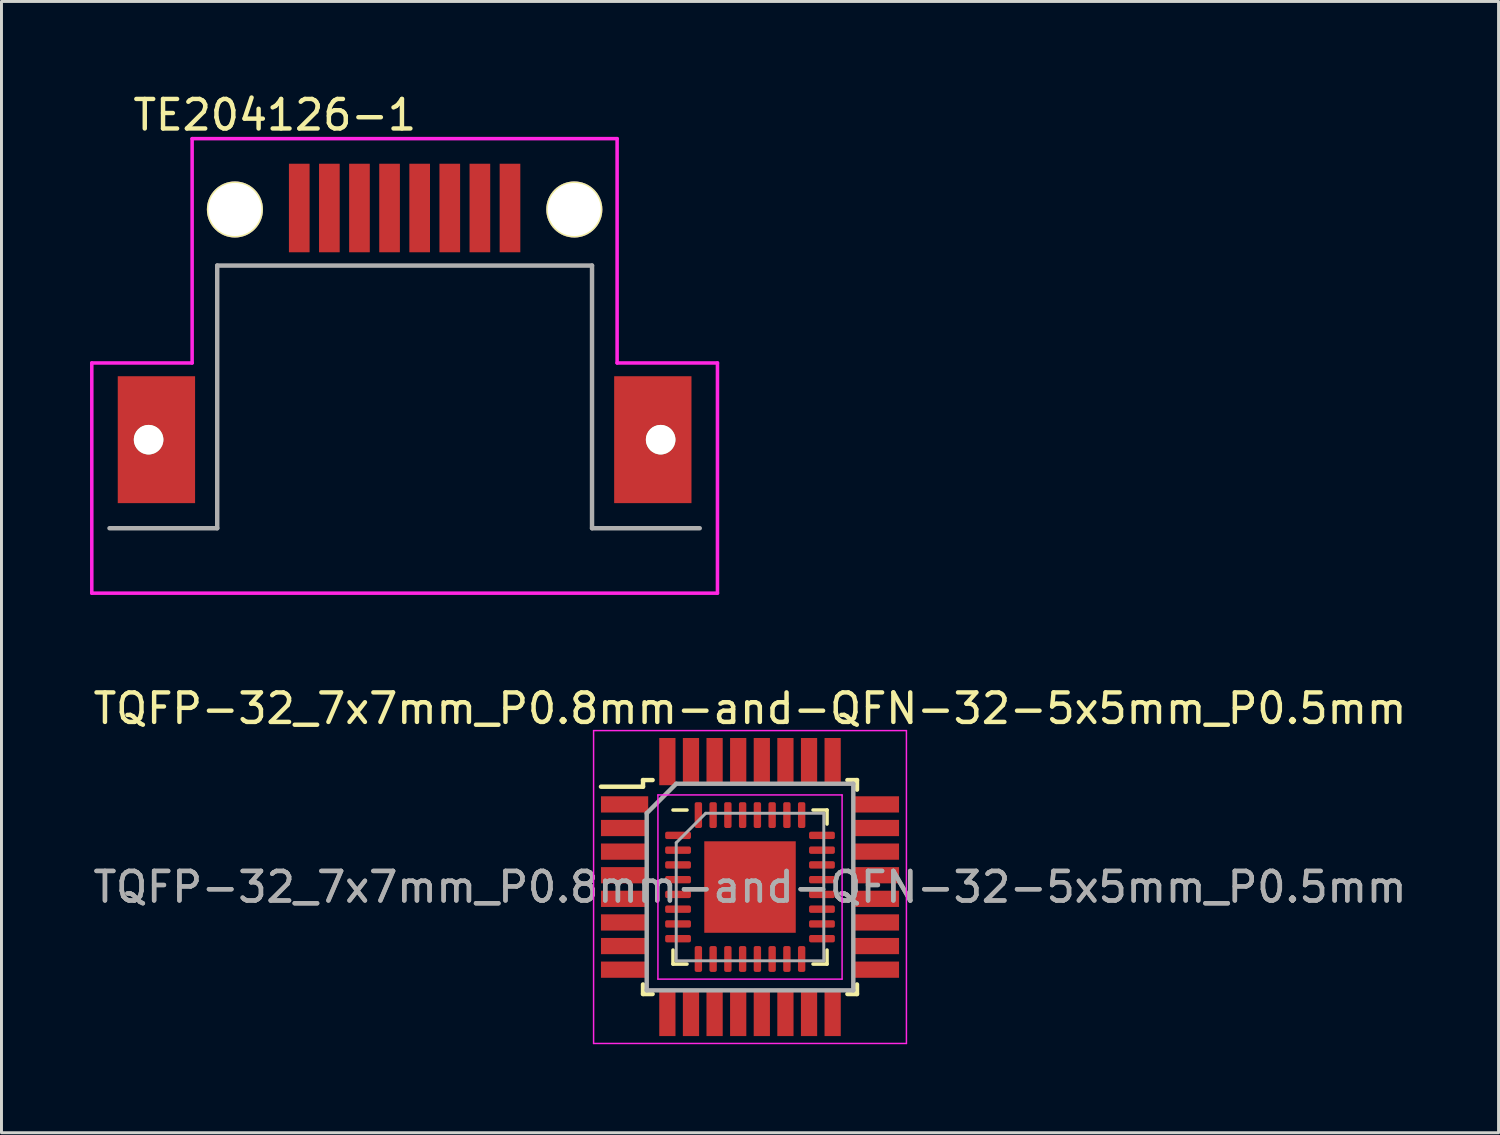
<source format=kicad_pcb>
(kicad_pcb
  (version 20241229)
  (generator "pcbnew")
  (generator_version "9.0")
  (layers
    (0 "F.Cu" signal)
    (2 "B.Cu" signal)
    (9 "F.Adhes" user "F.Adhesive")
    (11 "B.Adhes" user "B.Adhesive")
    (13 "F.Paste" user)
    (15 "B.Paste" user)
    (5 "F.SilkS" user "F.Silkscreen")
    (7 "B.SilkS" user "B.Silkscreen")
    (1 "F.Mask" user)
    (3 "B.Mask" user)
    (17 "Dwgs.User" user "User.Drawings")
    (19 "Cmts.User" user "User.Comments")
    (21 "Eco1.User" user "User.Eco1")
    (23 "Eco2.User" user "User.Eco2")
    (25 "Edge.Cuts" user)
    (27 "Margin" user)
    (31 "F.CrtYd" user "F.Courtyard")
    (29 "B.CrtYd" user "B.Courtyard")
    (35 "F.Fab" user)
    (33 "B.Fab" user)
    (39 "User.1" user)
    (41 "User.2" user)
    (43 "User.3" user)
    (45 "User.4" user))
  (footprint "TQFP-32_7x7mm_P0.8mm-and-QFN-32-5x5mm_P0.5mm"
    (layer "F.Cu")
    (at 22.363 27.006)
    (property "Reference" "TQFP-32_7x7mm_P0.8mm-and-QFN-32-5x5mm_P0.5mm" (at 0 -6.05 0) (layer "F.SilkS") (effects (font (size 1 1) (thickness 0.15))))
    (attr smd)
    (fp_line (start -3.625 -3.625) (end -3.625 -3.4) (stroke (width 0.15) (type solid)) (layer "F.SilkS"))
    (fp_line (start -3.625 -3.625) (end -3.3 -3.625) (stroke (width 0.15) (type solid)) (layer "F.SilkS"))
    (fp_line (start -3.625 -3.4) (end -5.05 -3.4) (stroke (width 0.15) (type solid)) (layer "F.SilkS"))
    (fp_line (start -3.625 3.625) (end -3.625 3.3) (stroke (width 0.15) (type solid)) (layer "F.SilkS"))
    (fp_line (start -3.625 3.625) (end -3.3 3.625) (stroke (width 0.15) (type solid)) (layer "F.SilkS"))
    (fp_line (start -2.61 2.61) (end -2.61 2.135) (stroke (width 0.12) (type solid)) (layer "F.SilkS"))
    (fp_line (start -2.135 -2.61) (end -2.61 -2.61) (stroke (width 0.12) (type solid)) (layer "F.SilkS"))
    (fp_line (start -2.135 2.61) (end -2.61 2.61) (stroke (width 0.12) (type solid)) (layer "F.SilkS"))
    (fp_line (start 2.135 -2.61) (end 2.61 -2.61) (stroke (width 0.12) (type solid)) (layer "F.SilkS"))
    (fp_line (start 2.135 2.61) (end 2.61 2.61) (stroke (width 0.12) (type solid)) (layer "F.SilkS"))
    (fp_line (start 2.61 -2.61) (end 2.61 -2.135) (stroke (width 0.12) (type solid)) (layer "F.SilkS"))
    (fp_line (start 2.61 2.61) (end 2.61 2.135) (stroke (width 0.12) (type solid)) (layer "F.SilkS"))
    (fp_line (start 3.625 -3.625) (end 3.3 -3.625) (stroke (width 0.15) (type solid)) (layer "F.SilkS"))
    (fp_line (start 3.625 -3.625) (end 3.625 -3.3) (stroke (width 0.15) (type solid)) (layer "F.SilkS"))
    (fp_line (start 3.625 3.625) (end 3.3 3.625) (stroke (width 0.15) (type solid)) (layer "F.SilkS"))
    (fp_line (start 3.625 3.625) (end 3.625 3.3) (stroke (width 0.15) (type solid)) (layer "F.SilkS"))
    (fp_line (start -5.3 -5.3) (end -5.3 5.3) (stroke (width 0.05) (type solid)) (layer "F.CrtYd"))
    (fp_line (start -5.3 -5.3) (end 5.3 -5.3) (stroke (width 0.05) (type solid)) (layer "F.CrtYd"))
    (fp_line (start -5.3 5.3) (end 5.3 5.3) (stroke (width 0.05) (type solid)) (layer "F.CrtYd"))
    (fp_line (start -3.12 -3.12) (end -3.12 3.12) (stroke (width 0.05) (type solid)) (layer "F.CrtYd"))
    (fp_line (start -3.12 3.12) (end 3.12 3.12) (stroke (width 0.05) (type solid)) (layer "F.CrtYd"))
    (fp_line (start 3.12 -3.12) (end -3.12 -3.12) (stroke (width 0.05) (type solid)) (layer "F.CrtYd"))
    (fp_line (start 3.12 3.12) (end 3.12 -3.12) (stroke (width 0.05) (type solid)) (layer "F.CrtYd"))
    (fp_line (start 5.3 -5.3) (end 5.3 5.3) (stroke (width 0.05) (type solid)) (layer "F.CrtYd"))
    (fp_line (start -3.5 -2.5) (end -2.5 -3.5) (stroke (width 0.15) (type solid)) (layer "F.Fab"))
    (fp_line (start -3.5 3.5) (end -3.5 -2.5) (stroke (width 0.15) (type solid)) (layer "F.Fab"))
    (fp_line (start -2.5 -3.5) (end 3.5 -3.5) (stroke (width 0.15) (type solid)) (layer "F.Fab"))
    (fp_line (start -2.5 -1.5) (end -1.5 -2.5) (stroke (width 0.1) (type solid)) (layer "F.Fab"))
    (fp_line (start -2.5 2.5) (end -2.5 -1.5) (stroke (width 0.1) (type solid)) (layer "F.Fab"))
    (fp_line (start -1.5 -2.5) (end 2.5 -2.5) (stroke (width 0.1) (type solid)) (layer "F.Fab"))
    (fp_line (start 2.5 -2.5) (end 2.5 2.5) (stroke (width 0.1) (type solid)) (layer "F.Fab"))
    (fp_line (start 2.5 2.5) (end -2.5 2.5) (stroke (width 0.1) (type solid)) (layer "F.Fab"))
    (fp_line (start 3.5 -3.5) (end 3.5 3.5) (stroke (width 0.15) (type solid)) (layer "F.Fab"))
    (fp_line (start 3.5 3.5) (end -3.5 3.5) (stroke (width 0.15) (type solid)) (layer "F.Fab"))
    (fp_text user "${REFERENCE}" (at 0 0 0) (layer "F.Fab") (effects (font (size 1 1) (thickness 0.15))))
    (fp_text user "${REFERENCE}" (at 0 0 0) (layer "F.Fab") (effects (font (size 1 1) (thickness 0.15))))
    (pad "" smd roundrect (at -1.03 -1.03) (size 0.83 0.83) (layers "F.Paste") (roundrect_rratio 0.25))
    (pad "" smd roundrect (at -1.03 0) (size 0.83 0.83) (layers "F.Paste") (roundrect_rratio 0.25))
    (pad "" smd roundrect (at -1.03 1.03) (size 0.83 0.83) (layers "F.Paste") (roundrect_rratio 0.25))
    (pad "" smd roundrect (at 0 -1.03) (size 0.83 0.83) (layers "F.Paste") (roundrect_rratio 0.25))
    (pad "" smd roundrect (at 0 0) (size 0.83 0.83) (layers "F.Paste") (roundrect_rratio 0.25))
    (pad "" smd roundrect (at 0 1.03) (size 0.83 0.83) (layers "F.Paste") (roundrect_rratio 0.25))
    (pad "" smd roundrect (at 1.03 -1.03) (size 0.83 0.83) (layers "F.Paste") (roundrect_rratio 0.25))
    (pad "" smd roundrect (at 1.03 0) (size 0.83 0.83) (layers "F.Paste") (roundrect_rratio 0.25))
    (pad "" smd roundrect (at 1.03 1.03) (size 0.83 0.83) (layers "F.Paste") (roundrect_rratio 0.25))
    (pad "1" smd rect (at -4.25 -2.8) (size 1.6 0.55) (layers "F.Cu" "F.Mask" "F.Paste"))
    (pad "1" smd roundrect (at -2.438 -1.75) (size 0.875 0.25) (layers "F.Cu" "F.Mask" "F.Paste") (roundrect_rratio 0.25))
    (pad "2" smd rect (at -4.25 -2) (size 1.6 0.55) (layers "F.Cu" "F.Mask" "F.Paste"))
    (pad "2" smd roundrect (at -2.438 -1.25) (size 0.875 0.25) (layers "F.Cu" "F.Mask" "F.Paste") (roundrect_rratio 0.25))
    (pad "3" smd rect (at -4.25 -1.2) (size 1.6 0.55) (layers "F.Cu" "F.Mask" "F.Paste"))
    (pad "3" smd roundrect (at -2.438 -0.75) (size 0.875 0.25) (layers "F.Cu" "F.Mask" "F.Paste") (roundrect_rratio 0.25))
    (pad "4" smd rect (at -4.25 -0.4) (size 1.6 0.55) (layers "F.Cu" "F.Mask" "F.Paste"))
    (pad "4" smd roundrect (at -2.438 -0.25) (size 0.875 0.25) (layers "F.Cu" "F.Mask" "F.Paste") (roundrect_rratio 0.25))
    (pad "5" smd rect (at -4.25 0.4) (size 1.6 0.55) (layers "F.Cu" "F.Mask" "F.Paste"))
    (pad "5" smd roundrect (at -2.438 0.25) (size 0.875 0.25) (layers "F.Cu" "F.Mask" "F.Paste") (roundrect_rratio 0.25))
    (pad "6" smd rect (at -4.25 1.2) (size 1.6 0.55) (layers "F.Cu" "F.Mask" "F.Paste"))
    (pad "6" smd roundrect (at -2.438 0.75) (size 0.875 0.25) (layers "F.Cu" "F.Mask" "F.Paste") (roundrect_rratio 0.25))
    (pad "7" smd rect (at -4.25 2) (size 1.6 0.55) (layers "F.Cu" "F.Mask" "F.Paste"))
    (pad "7" smd roundrect (at -2.438 1.25) (size 0.875 0.25) (layers "F.Cu" "F.Mask" "F.Paste") (roundrect_rratio 0.25))
    (pad "8" smd rect (at -4.25 2.8) (size 1.6 0.55) (layers "F.Cu" "F.Mask" "F.Paste"))
    (pad "8" smd roundrect (at -2.438 1.75) (size 0.875 0.25) (layers "F.Cu" "F.Mask" "F.Paste") (roundrect_rratio 0.25))
    (pad "9" smd rect (at -2.8 4.25 90) (size 1.6 0.55) (layers "F.Cu" "F.Mask" "F.Paste"))
    (pad "9" smd roundrect (at -1.75 2.438) (size 0.25 0.875) (layers "F.Cu" "F.Mask" "F.Paste") (roundrect_rratio 0.25))
    (pad "10" smd rect (at -2 4.25 90) (size 1.6 0.55) (layers "F.Cu" "F.Mask" "F.Paste"))
    (pad "10" smd roundrect (at -1.25 2.438) (size 0.25 0.875) (layers "F.Cu" "F.Mask" "F.Paste") (roundrect_rratio 0.25))
    (pad "11" smd rect (at -1.2 4.25 90) (size 1.6 0.55) (layers "F.Cu" "F.Mask" "F.Paste"))
    (pad "11" smd roundrect (at -0.75 2.438) (size 0.25 0.875) (layers "F.Cu" "F.Mask" "F.Paste") (roundrect_rratio 0.25))
    (pad "12" smd rect (at -0.4 4.25 90) (size 1.6 0.55) (layers "F.Cu" "F.Mask" "F.Paste"))
    (pad "12" smd roundrect (at -0.25 2.438) (size 0.25 0.875) (layers "F.Cu" "F.Mask" "F.Paste") (roundrect_rratio 0.25))
    (pad "13" smd roundrect (at 0.25 2.438) (size 0.25 0.875) (layers "F.Cu" "F.Mask" "F.Paste") (roundrect_rratio 0.25))
    (pad "13" smd rect (at 0.4 4.25 90) (size 1.6 0.55) (layers "F.Cu" "F.Mask" "F.Paste"))
    (pad "14" smd roundrect (at 0.75 2.438) (size 0.25 0.875) (layers "F.Cu" "F.Mask" "F.Paste") (roundrect_rratio 0.25))
    (pad "14" smd rect (at 1.2 4.25 90) (size 1.6 0.55) (layers "F.Cu" "F.Mask" "F.Paste"))
    (pad "15" smd roundrect (at 1.25 2.438) (size 0.25 0.875) (layers "F.Cu" "F.Mask" "F.Paste") (roundrect_rratio 0.25))
    (pad "15" smd rect (at 2 4.25 90) (size 1.6 0.55) (layers "F.Cu" "F.Mask" "F.Paste"))
    (pad "16" smd roundrect (at 1.75 2.438) (size 0.25 0.875) (layers "F.Cu" "F.Mask" "F.Paste") (roundrect_rratio 0.25))
    (pad "16" smd rect (at 2.8 4.25 90) (size 1.6 0.55) (layers "F.Cu" "F.Mask" "F.Paste"))
    (pad "17" smd roundrect (at 2.438 1.75) (size 0.875 0.25) (layers "F.Cu" "F.Mask" "F.Paste") (roundrect_rratio 0.25))
    (pad "17" smd rect (at 4.25 2.8) (size 1.6 0.55) (layers "F.Cu" "F.Mask" "F.Paste"))
    (pad "18" smd roundrect (at 2.438 1.25) (size 0.875 0.25) (layers "F.Cu" "F.Mask" "F.Paste") (roundrect_rratio 0.25))
    (pad "18" smd rect (at 4.25 2) (size 1.6 0.55) (layers "F.Cu" "F.Mask" "F.Paste"))
    (pad "19" smd roundrect (at 2.438 0.75) (size 0.875 0.25) (layers "F.Cu" "F.Mask" "F.Paste") (roundrect_rratio 0.25))
    (pad "19" smd rect (at 4.25 1.2) (size 1.6 0.55) (layers "F.Cu" "F.Mask" "F.Paste"))
    (pad "20" smd roundrect (at 2.438 0.25) (size 0.875 0.25) (layers "F.Cu" "F.Mask" "F.Paste") (roundrect_rratio 0.25))
    (pad "20" smd rect (at 4.25 0.4) (size 1.6 0.55) (layers "F.Cu" "F.Mask" "F.Paste"))
    (pad "21" smd roundrect (at 2.438 -0.25) (size 0.875 0.25) (layers "F.Cu" "F.Mask" "F.Paste") (roundrect_rratio 0.25))
    (pad "21" smd rect (at 4.25 -0.4) (size 1.6 0.55) (layers "F.Cu" "F.Mask" "F.Paste"))
    (pad "22" smd roundrect (at 2.438 -0.75) (size 0.875 0.25) (layers "F.Cu" "F.Mask" "F.Paste") (roundrect_rratio 0.25))
    (pad "22" smd rect (at 4.25 -1.2) (size 1.6 0.55) (layers "F.Cu" "F.Mask" "F.Paste"))
    (pad "23" smd roundrect (at 2.438 -1.25) (size 0.875 0.25) (layers "F.Cu" "F.Mask" "F.Paste") (roundrect_rratio 0.25))
    (pad "23" smd rect (at 4.25 -2) (size 1.6 0.55) (layers "F.Cu" "F.Mask" "F.Paste"))
    (pad "24" smd roundrect (at 2.438 -1.75) (size 0.875 0.25) (layers "F.Cu" "F.Mask" "F.Paste") (roundrect_rratio 0.25))
    (pad "24" smd rect (at 4.25 -2.8) (size 1.6 0.55) (layers "F.Cu" "F.Mask" "F.Paste"))
    (pad "25" smd roundrect (at 1.75 -2.438) (size 0.25 0.875) (layers "F.Cu" "F.Mask" "F.Paste") (roundrect_rratio 0.25))
    (pad "25" smd rect (at 2.8 -4.25 90) (size 1.6 0.55) (layers "F.Cu" "F.Mask" "F.Paste"))
    (pad "26" smd roundrect (at 1.25 -2.438) (size 0.25 0.875) (layers "F.Cu" "F.Mask" "F.Paste") (roundrect_rratio 0.25))
    (pad "26" smd rect (at 2 -4.25 90) (size 1.6 0.55) (layers "F.Cu" "F.Mask" "F.Paste"))
    (pad "27" smd roundrect (at 0.75 -2.438) (size 0.25 0.875) (layers "F.Cu" "F.Mask" "F.Paste") (roundrect_rratio 0.25))
    (pad "27" smd rect (at 1.2 -4.25 90) (size 1.6 0.55) (layers "F.Cu" "F.Mask" "F.Paste"))
    (pad "28" smd roundrect (at 0.25 -2.438) (size 0.25 0.875) (layers "F.Cu" "F.Mask" "F.Paste") (roundrect_rratio 0.25))
    (pad "28" smd rect (at 0.4 -4.25 90) (size 1.6 0.55) (layers "F.Cu" "F.Mask" "F.Paste"))
    (pad "29" smd rect (at -0.4 -4.25 90) (size 1.6 0.55) (layers "F.Cu" "F.Mask" "F.Paste"))
    (pad "29" smd roundrect (at -0.25 -2.438) (size 0.25 0.875) (layers "F.Cu" "F.Mask" "F.Paste") (roundrect_rratio 0.25))
    (pad "30" smd rect (at -1.2 -4.25 90) (size 1.6 0.55) (layers "F.Cu" "F.Mask" "F.Paste"))
    (pad "30" smd roundrect (at -0.75 -2.438) (size 0.25 0.875) (layers "F.Cu" "F.Mask" "F.Paste") (roundrect_rratio 0.25))
    (pad "31" smd rect (at -2 -4.25 90) (size 1.6 0.55) (layers "F.Cu" "F.Mask" "F.Paste"))
    (pad "31" smd roundrect (at -1.25 -2.438) (size 0.25 0.875) (layers "F.Cu" "F.Mask" "F.Paste") (roundrect_rratio 0.25))
    (pad "32" smd rect (at -2.8 -4.25 90) (size 1.6 0.55) (layers "F.Cu" "F.Mask" "F.Paste"))
    (pad "32" smd roundrect (at -1.75 -2.438) (size 0.25 0.875) (layers "F.Cu" "F.Mask" "F.Paste") (roundrect_rratio 0.25))
    (pad "33" smd rect (at 0 0) (size 3.1 3.1) (layers "F.Cu" "F.Mask")))
  (footprint "TE204126-1"
    (layer "F.Cu")
    (at 10.66 4.048)
    (property "Reference" "TE204126-1" (at -4.4 -3.2 0) (layer "F.SilkS") (effects (font (size 1 1) (thickness 0.15))))
    (attr through_hole)
    (fp_line (start -10.6 5.2) (end -10.6 13) (stroke (width 0.12) (type solid)) (layer "F.CrtYd"))
    (fp_line (start -10.6 13) (end 10.6 13) (stroke (width 0.12) (type solid)) (layer "F.CrtYd"))
    (fp_line (start -7.2 -2.4) (end -7.2 5.2) (stroke (width 0.12) (type solid)) (layer "F.CrtYd"))
    (fp_line (start -7.2 5.2) (end -10.6 5.2) (stroke (width 0.12) (type solid)) (layer "F.CrtYd"))
    (fp_line (start 7.2 -2.4) (end -7.2 -2.4) (stroke (width 0.12) (type solid)) (layer "F.CrtYd"))
    (fp_line (start 7.2 5.2) (end 7.2 -2.4) (stroke (width 0.12) (type solid)) (layer "F.CrtYd"))
    (fp_line (start 10.6 5.2) (end 7.2 5.2) (stroke (width 0.12) (type solid)) (layer "F.CrtYd"))
    (fp_line (start 10.6 13) (end 10.6 5.2) (stroke (width 0.12) (type solid)) (layer "F.CrtYd"))
    (fp_line (start -6.35 1.9) (end -6.35 10.8) (stroke (width 0.15) (type solid)) (layer "F.Fab"))
    (fp_line (start -6.35 1.9) (end 6.35 1.9) (stroke (width 0.15) (type solid)) (layer "F.Fab"))
    (fp_line (start -6.35 10.8) (end -10 10.8) (stroke (width 0.15) (type solid)) (layer "F.Fab"))
    (fp_line (start 6.35 1.9) (end 6.35 10.8) (stroke (width 0.15) (type solid)) (layer "F.Fab"))
    (fp_line (start 6.35 10.8) (end 10 10.8) (stroke (width 0.15) (type solid)) (layer "F.Fab"))
    (pad "" np_thru_hole circle (at -5.75 0 90) (size 1.9 1.9) (drill 1.8) (layers "*.Cu" "*.Mask" "F.SilkS"))
    (pad "" np_thru_hole circle (at 5.75 0) (size 1.9 1.9) (drill 1.8) (layers "*.Cu" "*.Mask" "F.SilkS"))
    (pad "1" smd rect (at -3.57 -0.05) (size 0.7 3) (layers "F.Cu" "F.Mask" "F.Paste"))
    (pad "2" smd rect (at -2.55 -0.05) (size 0.7 3) (layers "F.Cu" "F.Mask" "F.Paste"))
    (pad "3" smd rect (at -1.53 -0.05) (size 0.7 3) (layers "F.Cu" "F.Mask" "F.Paste"))
    (pad "4" smd rect (at -0.51 -0.05) (size 0.7 3) (layers "F.Cu" "F.Mask" "F.Paste"))
    (pad "5" smd rect (at 0.51 -0.05) (size 0.7 3) (layers "F.Cu" "F.Mask" "F.Paste"))
    (pad "6" smd rect (at 1.53 -0.05) (size 0.7 3) (layers "F.Cu" "F.Mask" "F.Paste"))
    (pad "7" smd rect (at 2.55 -0.05) (size 0.7 3) (layers "F.Cu" "F.Mask" "F.Paste"))
    (pad "8" smd rect (at 3.57 -0.05) (size 0.7 3) (layers "F.Cu" "F.Mask" "F.Paste"))
    (pad "9" thru_hole circle (at -8.675 7.8) (size 1 1) (drill 1) (layers "*.Cu" "*.Mask" "F.SilkS"))
    (pad "9" smd rect (at -8.41 7.8) (size 2.62 4.3) (layers "F.Cu" "F.Mask" "F.Paste"))
    (pad "9" smd rect (at 8.41 7.8) (size 2.62 4.3) (layers "F.Cu" "F.Mask" "F.Paste"))
    (pad "9" thru_hole circle (at 8.675 7.8) (size 1 1) (drill 1) (layers "*.Cu" "*.Mask" "F.SilkS")))
  (gr_rect
    (start -3 -3)
    (end 47.726 35.331)
    (stroke (width 0.1) (type default))
    (fill no)
    (layer "Edge.Cuts")))
</source>
